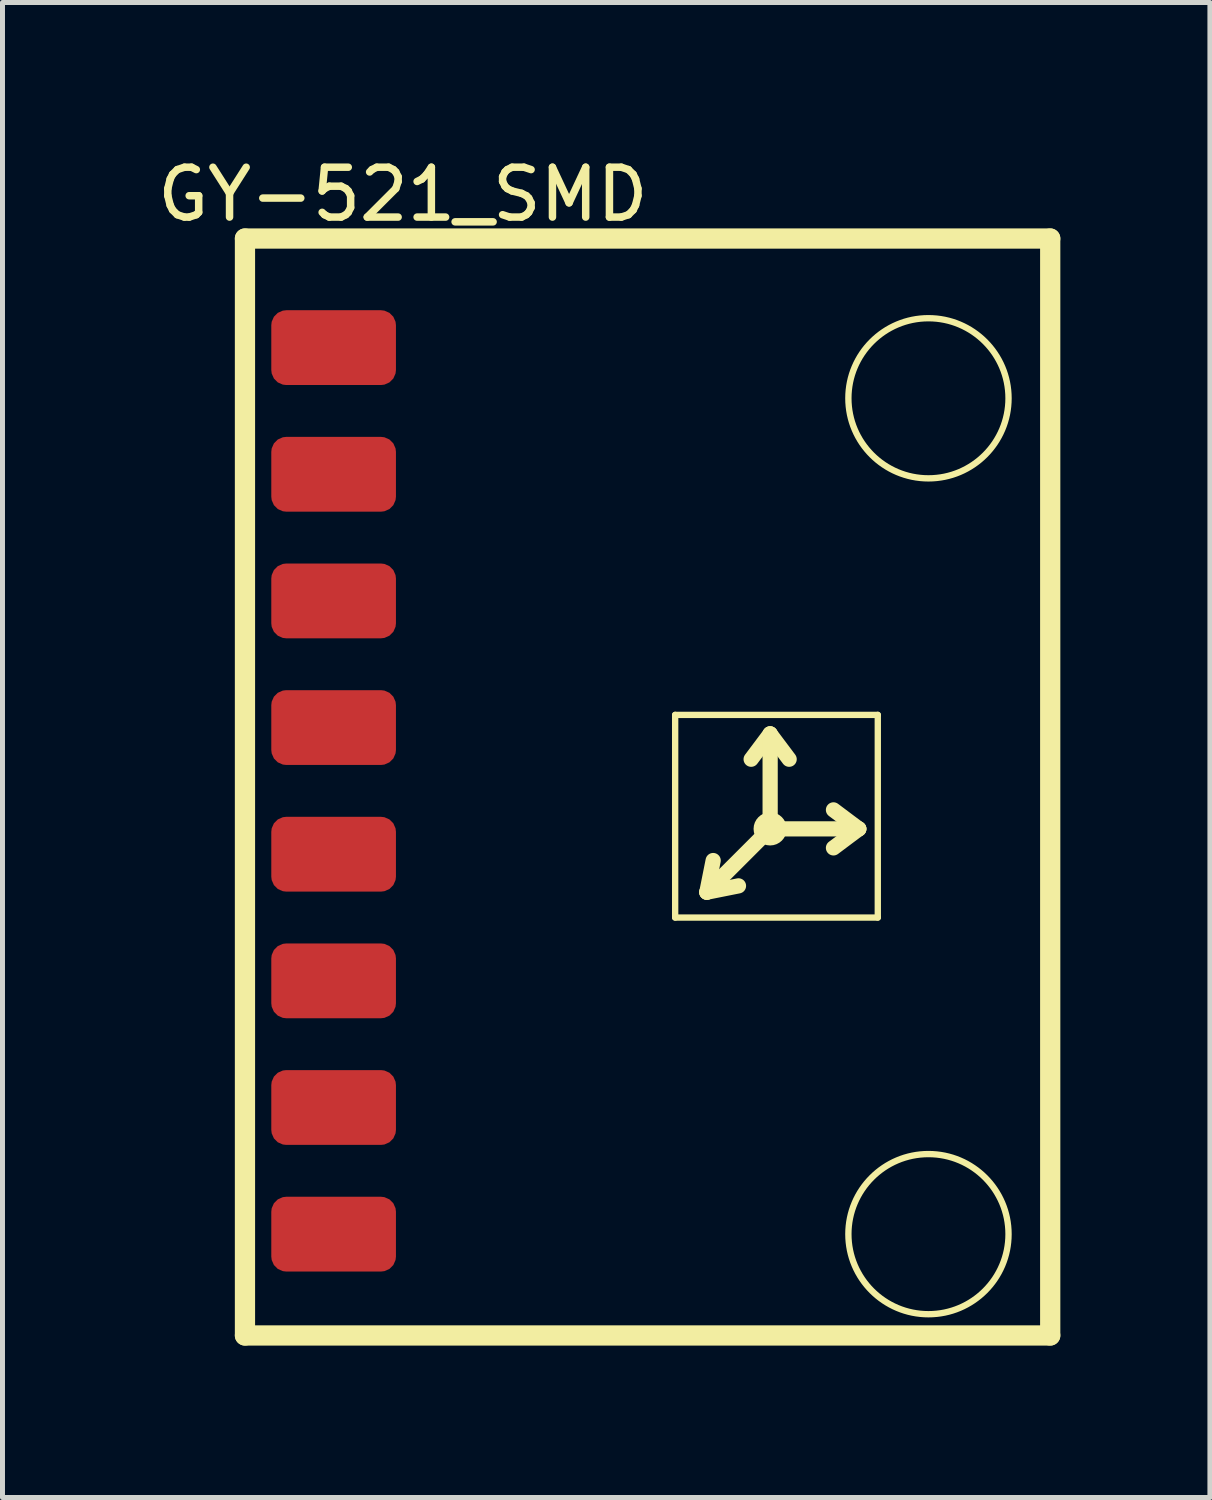
<source format=kicad_pcb>
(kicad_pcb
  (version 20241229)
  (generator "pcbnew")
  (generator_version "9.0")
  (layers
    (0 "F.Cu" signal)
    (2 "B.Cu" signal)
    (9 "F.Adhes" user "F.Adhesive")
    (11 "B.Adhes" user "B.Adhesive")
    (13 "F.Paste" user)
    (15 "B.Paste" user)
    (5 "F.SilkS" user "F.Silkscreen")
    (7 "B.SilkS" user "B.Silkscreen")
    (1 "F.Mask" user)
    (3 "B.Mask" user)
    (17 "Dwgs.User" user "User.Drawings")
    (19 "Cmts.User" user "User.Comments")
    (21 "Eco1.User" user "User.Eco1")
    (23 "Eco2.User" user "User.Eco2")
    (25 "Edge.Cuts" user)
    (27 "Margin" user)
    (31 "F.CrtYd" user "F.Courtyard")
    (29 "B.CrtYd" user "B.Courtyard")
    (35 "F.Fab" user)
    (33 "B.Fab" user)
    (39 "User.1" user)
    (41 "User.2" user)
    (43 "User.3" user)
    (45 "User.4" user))
  (footprint "GY-521_SMD"
    (layer "F.Cu")
    (at 1.863 23.734)
    (property "Reference" "GY-521_SMD" (at 3.167 -22.885 0) (layer "F.SilkS") (effects (font (size 1 1) (thickness 0.15))))
    (attr smd)
    (fp_line (start 0 -22) (end 0 0) (stroke (width 0.406) (type solid)) (layer "F.SilkS"))
    (fp_line (start 0 0) (end 16.15 0) (stroke (width 0.406) (type solid)) (layer "F.SilkS"))
    (fp_line (start 8.628 -12.446) (end 8.628 -8.382) (stroke (width 0.127) (type solid)) (layer "F.SilkS"))
    (fp_line (start 8.628 -8.382) (end 12.692 -8.382) (stroke (width 0.127) (type solid)) (layer "F.SilkS"))
    (fp_line (start 9.263 -8.89) (end 9.39 -9.525) (stroke (width 0.305) (type solid)) (layer "F.SilkS"))
    (fp_line (start 9.263 -8.89) (end 9.898 -9.017) (stroke (width 0.305) (type solid)) (layer "F.SilkS"))
    (fp_line (start 10.533 -12.065) (end 10.152 -11.557) (stroke (width 0.305) (type solid)) (layer "F.SilkS"))
    (fp_line (start 10.533 -10.16) (end 9.263 -8.89) (stroke (width 0.305) (type solid)) (layer "F.SilkS"))
    (fp_line (start 10.533 -10.16) (end 10.533 -12.065) (stroke (width 0.305) (type solid)) (layer "F.SilkS"))
    (fp_line (start 10.533 -10.16) (end 12.311 -10.16) (stroke (width 0.305) (type solid)) (layer "F.SilkS"))
    (fp_line (start 10.914 -11.557) (end 10.533 -12.065) (stroke (width 0.305) (type solid)) (layer "F.SilkS"))
    (fp_line (start 11.803 -10.541) (end 12.311 -10.16) (stroke (width 0.305) (type solid)) (layer "F.SilkS"))
    (fp_line (start 12.311 -10.16) (end 11.803 -9.779) (stroke (width 0.305) (type solid)) (layer "F.SilkS"))
    (fp_line (start 12.692 -12.446) (end 8.628 -12.446) (stroke (width 0.127) (type solid)) (layer "F.SilkS"))
    (fp_line (start 12.692 -8.382) (end 12.692 -12.446) (stroke (width 0.127) (type solid)) (layer "F.SilkS"))
    (fp_line (start 16.15 -22) (end 0 -22) (stroke (width 0.406) (type solid)) (layer "F.SilkS"))
    (fp_line (start 16.15 0) (end 16.15 -22) (stroke (width 0.406) (type solid)) (layer "F.SilkS"))
    (fp_circle (center 10.533 -10.16) (end 10.713 -10.16) (stroke (width 0.305) (type solid)) (fill no) (layer "F.SilkS"))
    (fp_circle (center 13.708 -18.796) (end 15.314 -18.796) (stroke (width 0.127) (type solid)) (fill no) (layer "F.SilkS"))
    (fp_circle (center 13.708 -2.032) (end 15.314 -2.032) (stroke (width 0.127) (type solid)) (fill no) (layer "F.SilkS"))
    (pad "AD0" smd roundrect (at 1.778 -4.572) (size 2.5 1.5) (layers "F.Cu" "F.Mask" "F.Paste") (roundrect_rratio 0.2))
    (pad "GND" smd roundrect (at 1.778 -17.272) (size 2.5 1.5) (layers "F.Cu" "F.Mask" "F.Paste") (roundrect_rratio 0.2))
    (pad "INT" smd roundrect (at 1.778 -2.032) (size 2.5 1.5) (layers "F.Cu" "F.Mask" "F.Paste") (roundrect_rratio 0.2))
    (pad "SCL" smd roundrect (at 1.778 -14.732) (size 2.5 1.5) (layers "F.Cu" "F.Mask" "F.Paste") (roundrect_rratio 0.2))
    (pad "SDA" smd roundrect (at 1.778 -12.192) (size 2.5 1.5) (layers "F.Cu" "F.Mask" "F.Paste") (roundrect_rratio 0.2))
    (pad "VCC" smd roundrect (at 1.778 -19.812) (size 2.5 1.5) (layers "F.Cu" "F.Mask" "F.Paste") (roundrect_rratio 0.2))
    (pad "XCL" smd roundrect (at 1.778 -7.112) (size 2.5 1.5) (layers "F.Cu" "F.Mask" "F.Paste") (roundrect_rratio 0.2))
    (pad "XDA" smd roundrect (at 1.778 -9.652) (size 2.5 1.5) (layers "F.Cu" "F.Mask" "F.Paste") (roundrect_rratio 0.2)))
  (gr_rect
    (start -3 -3)
    (end 21.216 26.984)
    (stroke (width 0.1) (type default))
    (fill no)
    (layer "Edge.Cuts")))
</source>
